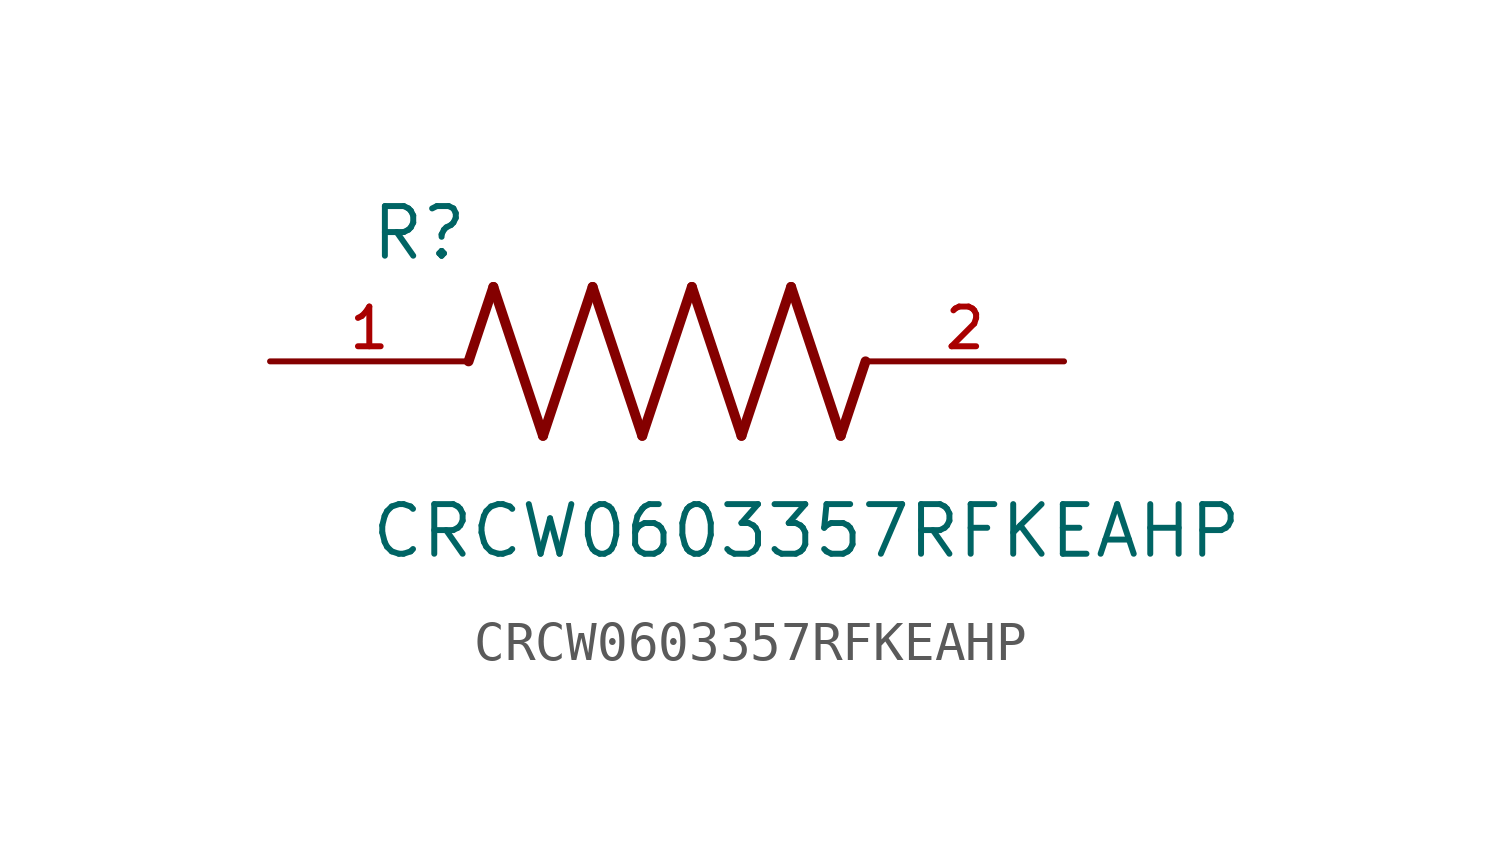
<source format=kicad_sym>
(kicad_symbol_lib
  (version 20211014)
  (generator kicad_symbol_editor)
  (symbol "CRCW0603357RFKEAHP"
    (pin_names
      (offset 1.016))
    (property "Reference" "R"
      (at -7.624 2.541 0)
      (effects (font (size 1.27 1.27)) (justify bottom left)))
    (property "Value" "CRCW0603357RFKEAHP"
      (at -7.63 -5.087 0)
      (effects (font (size 1.27 1.27)) (justify bottom left)))
    (symbol "CRCW0603357RFKEAHP_0_0"
      (polyline (pts (xy -5.08 0.0) (xy -4.445 1.905)) (stroke (width 0.254)))
      (polyline (pts (xy -4.445 1.905) (xy -3.175 -1.905)) (stroke (width 0.254)))
      (polyline (pts (xy -3.175 -1.905) (xy -1.905 1.905)) (stroke (width 0.254)))
      (polyline (pts (xy -1.905 1.905) (xy -0.635 -1.905)) (stroke (width 0.254)))
      (polyline (pts (xy -0.635 -1.905) (xy 0.635 1.905)) (stroke (width 0.254)))
      (polyline (pts (xy 0.635 1.905) (xy 1.905 -1.905)) (stroke (width 0.254)))
      (polyline (pts (xy 1.905 -1.905) (xy 3.175 1.905)) (stroke (width 0.254)))
      (polyline (pts (xy 3.175 1.905) (xy 4.445 -1.905)) (stroke (width 0.254)))
      (polyline (pts (xy 4.445 -1.905) (xy 5.08 0.0)) (stroke (width 0.254)))
      (pin passive line (at -10.16 0.0 0) (length 5.08) (name "~" (effects (font (size 1.016 1.016)))) (number "1" (effects (font (size 1.016 1.016)))))
      (pin passive line (at 10.16 0.0 180.0) (length 5.08) (name "~" (effects (font (size 1.016 1.016)))) (number "2" (effects (font (size 1.016 1.016))))))))
</source>
